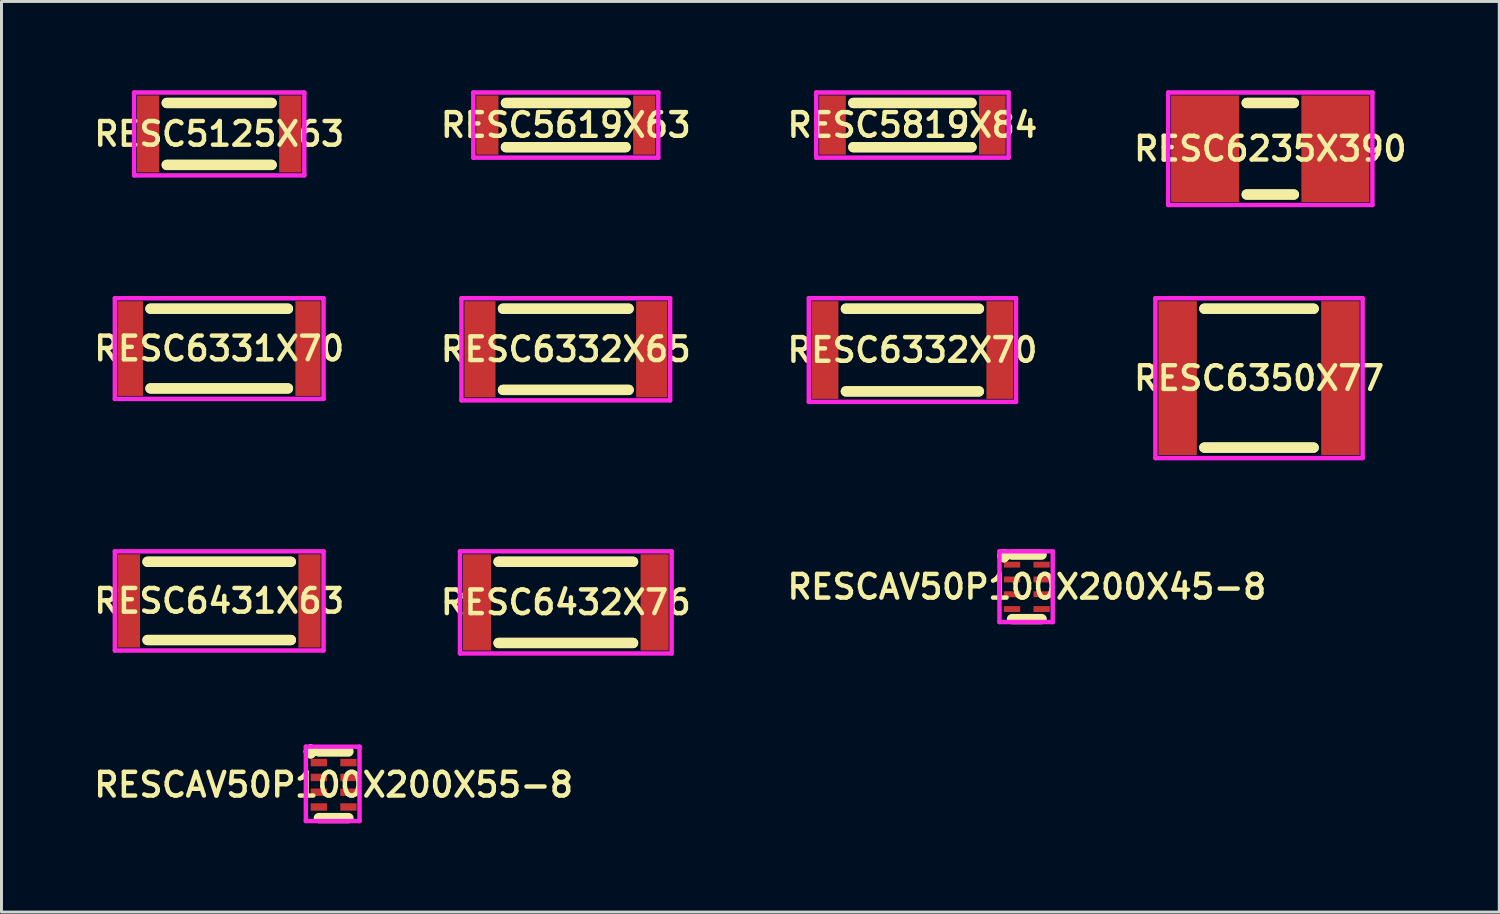
<source format=kicad_pcb>
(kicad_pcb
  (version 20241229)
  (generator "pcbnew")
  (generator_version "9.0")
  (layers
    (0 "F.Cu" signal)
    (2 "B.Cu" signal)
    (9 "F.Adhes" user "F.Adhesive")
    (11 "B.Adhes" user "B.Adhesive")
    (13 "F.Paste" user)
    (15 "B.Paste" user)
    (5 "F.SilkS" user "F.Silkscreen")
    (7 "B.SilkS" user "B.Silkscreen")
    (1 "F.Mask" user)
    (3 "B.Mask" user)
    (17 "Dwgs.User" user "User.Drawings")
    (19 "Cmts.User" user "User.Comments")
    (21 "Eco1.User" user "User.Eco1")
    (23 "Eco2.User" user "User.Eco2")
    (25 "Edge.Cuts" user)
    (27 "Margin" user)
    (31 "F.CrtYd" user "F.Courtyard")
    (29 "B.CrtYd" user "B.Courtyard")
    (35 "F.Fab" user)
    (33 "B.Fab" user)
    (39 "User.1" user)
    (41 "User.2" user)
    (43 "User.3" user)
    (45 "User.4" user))
  (footprint "RESC6332X65"
    (layer "F.Cu")
    (at 16.064 8.75)
    (property "Reference" "RESC6332X65" (at 0 0 0) (layer "F.SilkS") (effects (font (size 0.8 0.8) (thickness 0.15))))
    (attr through_hole)
    (fp_line (start -2.121 -1.371) (end 2.121 -1.371) (stroke (width 0.35) (type solid)) (layer "F.SilkS"))
    (fp_line (start -2.121 1.371) (end 2.121 1.371) (stroke (width 0.35) (type solid)) (layer "F.SilkS"))
    (fp_line (start 2.121 -1.371) (end -2.121 -1.371) (stroke (width 0.35) (type solid)) (layer "F.SilkS"))
    (fp_line (start 2.121 1.371) (end -2.121 1.371) (stroke (width 0.35) (type solid)) (layer "F.SilkS"))
    (fp_line (start -3.525 -1.725) (end 3.525 -1.725) (stroke (width 0.15) (type solid)) (layer "F.CrtYd"))
    (fp_line (start -3.525 1.725) (end -3.525 -1.725) (stroke (width 0.15) (type solid)) (layer "F.CrtYd"))
    (fp_line (start 3.525 -1.725) (end 3.525 1.725) (stroke (width 0.15) (type solid)) (layer "F.CrtYd"))
    (fp_line (start 3.525 1.725) (end -3.525 1.725) (stroke (width 0.15) (type solid)) (layer "F.CrtYd"))
    (pad "1" smd rect (at -2.9 0) (size 1.05 3.25) (layers "F.Cu" "F.Mask" "F.Paste"))
    (pad "2" smd rect (at 2.9 0) (size 1.05 3.25) (layers "F.Cu" "F.Mask" "F.Paste")))
  (footprint "RESC6332X70"
    (layer "F.Cu")
    (at 27.773 8.775)
    (property "Reference" "RESC6332X70" (at 0 0 0) (layer "F.SilkS") (effects (font (size 0.8 0.8) (thickness 0.15))))
    (attr through_hole)
    (fp_line (start -2.246 -1.396) (end 2.246 -1.396) (stroke (width 0.35) (type solid)) (layer "F.SilkS"))
    (fp_line (start -2.246 1.396) (end 2.246 1.396) (stroke (width 0.35) (type solid)) (layer "F.SilkS"))
    (fp_line (start 2.246 -1.396) (end -2.246 -1.396) (stroke (width 0.35) (type solid)) (layer "F.SilkS"))
    (fp_line (start 2.246 1.396) (end -2.246 1.396) (stroke (width 0.35) (type solid)) (layer "F.SilkS"))
    (fp_line (start -3.5 -1.75) (end 3.5 -1.75) (stroke (width 0.15) (type solid)) (layer "F.CrtYd"))
    (fp_line (start -3.5 1.75) (end -3.5 -1.75) (stroke (width 0.15) (type solid)) (layer "F.CrtYd"))
    (fp_line (start 3.5 -1.75) (end 3.5 1.75) (stroke (width 0.15) (type solid)) (layer "F.CrtYd"))
    (fp_line (start 3.5 1.75) (end -3.5 1.75) (stroke (width 0.15) (type solid)) (layer "F.CrtYd"))
    (pad "1" smd rect (at -2.95 0) (size 0.9 3.3) (layers "F.Cu" "F.Mask" "F.Paste"))
    (pad "2" smd rect (at 2.95 0) (size 0.9 3.3) (layers "F.Cu" "F.Mask" "F.Paste")))
  (footprint "RESC5619X63"
    (layer "F.Cu")
    (at 16.064 1.175)
    (property "Reference" "RESC5619X63" (at 0 0 0) (layer "F.SilkS") (effects (font (size 0.8 0.8) (thickness 0.15))))
    (attr smd)
    (fp_line (start -2.021 -0.746) (end 2.021 -0.746) (stroke (width 0.35) (type solid)) (layer "F.SilkS"))
    (fp_line (start -2.021 0.746) (end 2.021 0.746) (stroke (width 0.35) (type solid)) (layer "F.SilkS"))
    (fp_line (start 2.021 -0.746) (end -2.021 -0.746) (stroke (width 0.35) (type solid)) (layer "F.SilkS"))
    (fp_line (start 2.021 0.746) (end -2.021 0.746) (stroke (width 0.35) (type solid)) (layer "F.SilkS"))
    (fp_line (start -3.125 -1.1) (end 3.125 -1.1) (stroke (width 0.15) (type solid)) (layer "F.CrtYd"))
    (fp_line (start -3.125 1.1) (end -3.125 -1.1) (stroke (width 0.15) (type solid)) (layer "F.CrtYd"))
    (fp_line (start 3.125 -1.1) (end 3.125 1.1) (stroke (width 0.15) (type solid)) (layer "F.CrtYd"))
    (fp_line (start 3.125 1.1) (end -3.125 1.1) (stroke (width 0.15) (type solid)) (layer "F.CrtYd"))
    (pad "1" smd rect (at -2.65 0) (size 0.75 2) (layers "F.Cu" "F.Mask" "F.Paste"))
    (pad "2" smd rect (at 2.65 0) (size 0.75 2) (layers "F.Cu" "F.Mask" "F.Paste")))
  (footprint "RESC5125X63"
    (layer "F.Cu")
    (at 4.355 1.475)
    (property "Reference" "RESC5125X63" (at 0 0 0) (layer "F.SilkS") (effects (font (size 0.8 0.8) (thickness 0.15))))
    (attr through_hole)
    (fp_line (start -1.771 -1.046) (end 1.771 -1.046) (stroke (width 0.35) (type solid)) (layer "F.SilkS"))
    (fp_line (start -1.771 1.046) (end 1.771 1.046) (stroke (width 0.35) (type solid)) (layer "F.SilkS"))
    (fp_line (start 1.771 -1.046) (end -1.771 -1.046) (stroke (width 0.35) (type solid)) (layer "F.SilkS"))
    (fp_line (start 1.771 1.046) (end -1.771 1.046) (stroke (width 0.35) (type solid)) (layer "F.SilkS"))
    (fp_line (start -2.875 -1.4) (end 2.875 -1.4) (stroke (width 0.15) (type solid)) (layer "F.CrtYd"))
    (fp_line (start -2.875 1.4) (end -2.875 -1.4) (stroke (width 0.15) (type solid)) (layer "F.CrtYd"))
    (fp_line (start 2.875 -1.4) (end 2.875 1.4) (stroke (width 0.15) (type solid)) (layer "F.CrtYd"))
    (fp_line (start 2.875 1.4) (end -2.875 1.4) (stroke (width 0.15) (type solid)) (layer "F.CrtYd"))
    (pad "1" smd rect (at -2.4 0) (size 0.75 2.6) (layers "F.Cu" "F.Mask" "F.Paste"))
    (pad "2" smd rect (at 2.4 0) (size 0.75 2.6) (layers "F.Cu" "F.Mask" "F.Paste")))
  (footprint "RESCAV50P100X200X55-8"
    (layer "F.Cu")
    (at 8.221 23.462)
    (property "Reference" "RESCAV50P100X200X55-8" (at 0 0 0) (layer "F.SilkS") (effects (font (size 0.8 0.8) (thickness 0.15))))
    (attr smd)
    (fp_line (start -0.838 -1.125) (end -0.775 -1.188) (stroke (width 0.35) (type solid)) (layer "F.SilkS"))
    (fp_line (start -0.775 -1.188) (end -0.713 -1.125) (stroke (width 0.35) (type solid)) (layer "F.SilkS"))
    (fp_line (start -0.775 -1.062) (end -0.838 -1.125) (stroke (width 0.35) (type solid)) (layer "F.SilkS"))
    (fp_line (start -0.713 -1.125) (end -0.775 -1.062) (stroke (width 0.35) (type solid)) (layer "F.SilkS"))
    (fp_line (start -0.5 -1.125) (end 0.5 -1.125) (stroke (width 0.35) (type solid)) (layer "F.SilkS"))
    (fp_line (start -0.5 1.125) (end 0.5 1.125) (stroke (width 0.35) (type solid)) (layer "F.SilkS"))
    (fp_line (start -0.938 -1.288) (end 0.875 -1.288) (stroke (width 0.15) (type solid)) (layer "F.CrtYd"))
    (fp_line (start -0.938 1.225) (end -0.938 -1.288) (stroke (width 0.15) (type solid)) (layer "F.CrtYd"))
    (fp_line (start 0.875 -1.288) (end 0.875 1.225) (stroke (width 0.15) (type solid)) (layer "F.CrtYd"))
    (fp_line (start 0.875 1.225) (end -0.938 1.225) (stroke (width 0.15) (type solid)) (layer "F.CrtYd"))
    (pad "1" smd rect (at -0.5 -0.75) (size 0.55 0.25) (layers "F.Cu" "F.Mask" "F.Paste"))
    (pad "2" smd rect (at -0.5 -0.25) (size 0.55 0.25) (layers "F.Cu" "F.Mask" "F.Paste"))
    (pad "3" smd rect (at -0.5 0.25) (size 0.55 0.25) (layers "F.Cu" "F.Mask" "F.Paste"))
    (pad "4" smd rect (at -0.5 0.75) (size 0.55 0.25) (layers "F.Cu" "F.Mask" "F.Paste"))
    (pad "5" smd rect (at 0.5 0.75) (size 0.55 0.25) (layers "F.Cu" "F.Mask" "F.Paste"))
    (pad "6" smd rect (at 0.5 0.25) (size 0.55 0.25) (layers "F.Cu" "F.Mask" "F.Paste"))
    (pad "7" smd rect (at 0.5 -0.25) (size 0.55 0.25) (layers "F.Cu" "F.Mask" "F.Paste"))
    (pad "8" smd rect (at 0.5 -0.75) (size 0.55 0.25) (layers "F.Cu" "F.Mask" "F.Paste")))
  (footprint "RESC6235X390"
    (layer "F.Cu")
    (at 39.863 1.975)
    (property "Reference" "RESC6235X390" (at 0 0 0) (layer "F.SilkS") (effects (font (size 0.8 0.8) (thickness 0.15))))
    (attr through_hole)
    (fp_line (start -0.796 -1.546) (end 0.796 -1.546) (stroke (width 0.35) (type solid)) (layer "F.SilkS"))
    (fp_line (start -0.796 1.546) (end 0.796 1.546) (stroke (width 0.35) (type solid)) (layer "F.SilkS"))
    (fp_line (start 0.796 -1.546) (end -0.796 -1.546) (stroke (width 0.35) (type solid)) (layer "F.SilkS"))
    (fp_line (start 0.796 1.546) (end -0.796 1.546) (stroke (width 0.35) (type solid)) (layer "F.SilkS"))
    (fp_line (start -3.45 -1.9) (end 3.45 -1.9) (stroke (width 0.15) (type solid)) (layer "F.CrtYd"))
    (fp_line (start -3.45 1.9) (end -3.45 -1.9) (stroke (width 0.15) (type solid)) (layer "F.CrtYd"))
    (fp_line (start 3.45 -1.9) (end 3.45 1.9) (stroke (width 0.15) (type solid)) (layer "F.CrtYd"))
    (fp_line (start 3.45 1.9) (end -3.45 1.9) (stroke (width 0.15) (type solid)) (layer "F.CrtYd"))
    (pad "1" smd rect (at -2.2 0) (size 2.3 3.6) (layers "F.Cu" "F.Mask" "F.Paste"))
    (pad "2" smd rect (at 2.2 0) (size 2.3 3.6) (layers "F.Cu" "F.Mask" "F.Paste")))
  (footprint "RESC6431X63"
    (layer "F.Cu")
    (at 4.355 17.25)
    (property "Reference" "RESC6431X63" (at 0 0 0) (layer "F.SilkS") (effects (font (size 0.8 0.8) (thickness 0.15))))
    (attr through_hole)
    (fp_line (start -2.421 -1.321) (end 2.421 -1.321) (stroke (width 0.35) (type solid)) (layer "F.SilkS"))
    (fp_line (start -2.421 1.321) (end 2.421 1.321) (stroke (width 0.35) (type solid)) (layer "F.SilkS"))
    (fp_line (start 2.421 -1.321) (end -2.421 -1.321) (stroke (width 0.35) (type solid)) (layer "F.SilkS"))
    (fp_line (start 2.421 1.321) (end -2.421 1.321) (stroke (width 0.35) (type solid)) (layer "F.SilkS"))
    (fp_line (start -3.525 -1.675) (end 3.525 -1.675) (stroke (width 0.15) (type solid)) (layer "F.CrtYd"))
    (fp_line (start -3.525 1.675) (end -3.525 -1.675) (stroke (width 0.15) (type solid)) (layer "F.CrtYd"))
    (fp_line (start 3.525 -1.675) (end 3.525 1.675) (stroke (width 0.15) (type solid)) (layer "F.CrtYd"))
    (fp_line (start 3.525 1.675) (end -3.525 1.675) (stroke (width 0.15) (type solid)) (layer "F.CrtYd"))
    (pad "1" smd rect (at -3.05 0) (size 0.75 3.15) (layers "F.Cu" "F.Mask" "F.Paste"))
    (pad "2" smd rect (at 3.05 0) (size 0.75 3.15) (layers "F.Cu" "F.Mask" "F.Paste")))
  (footprint "RESCAV50P100X200X45-8"
    (layer "F.Cu")
    (at 31.639 16.775)
    (property "Reference" "RESCAV50P100X200X45-8" (at 0 0 0) (layer "F.SilkS") (effects (font (size 0.8 0.8) (thickness 0.15))))
    (attr smd)
    (fp_line (start -0.825 -1.05) (end -0.775 -1.1) (stroke (width 0.35) (type solid)) (layer "F.SilkS"))
    (fp_line (start -0.775 -1.1) (end -0.725 -1.05) (stroke (width 0.35) (type solid)) (layer "F.SilkS"))
    (fp_line (start -0.775 -1) (end -0.825 -1.05) (stroke (width 0.35) (type solid)) (layer "F.SilkS"))
    (fp_line (start -0.725 -1.05) (end -0.775 -1) (stroke (width 0.35) (type solid)) (layer "F.SilkS"))
    (fp_line (start -0.5 -1.089) (end 0.5 -1.089) (stroke (width 0.35) (type solid)) (layer "F.SilkS"))
    (fp_line (start -0.5 1.089) (end 0.5 1.089) (stroke (width 0.35) (type solid)) (layer "F.SilkS"))
    (fp_line (start -0.925 -1.2) (end 0.875 -1.2) (stroke (width 0.15) (type solid)) (layer "F.CrtYd"))
    (fp_line (start -0.925 1.189) (end -0.925 -1.2) (stroke (width 0.15) (type solid)) (layer "F.CrtYd"))
    (fp_line (start 0.875 -1.2) (end 0.875 1.189) (stroke (width 0.15) (type solid)) (layer "F.CrtYd"))
    (fp_line (start 0.875 1.189) (end -0.925 1.189) (stroke (width 0.15) (type solid)) (layer "F.CrtYd"))
    (pad "1" smd rect (at -0.5 -0.75) (size 0.55 0.2) (layers "F.Cu" "F.Mask" "F.Paste"))
    (pad "2" smd rect (at -0.5 -0.25) (size 0.55 0.2) (layers "F.Cu" "F.Mask" "F.Paste"))
    (pad "3" smd rect (at -0.5 0.25) (size 0.55 0.2) (layers "F.Cu" "F.Mask" "F.Paste"))
    (pad "4" smd rect (at -0.5 0.75) (size 0.55 0.2) (layers "F.Cu" "F.Mask" "F.Paste"))
    (pad "5" smd rect (at 0.5 0.75) (size 0.55 0.2) (layers "F.Cu" "F.Mask" "F.Paste"))
    (pad "6" smd rect (at 0.5 0.25) (size 0.55 0.2) (layers "F.Cu" "F.Mask" "F.Paste"))
    (pad "7" smd rect (at 0.5 -0.25) (size 0.55 0.2) (layers "F.Cu" "F.Mask" "F.Paste"))
    (pad "8" smd rect (at 0.5 -0.75) (size 0.55 0.2) (layers "F.Cu" "F.Mask" "F.Paste")))
  (footprint "RESC6350X77"
    (layer "F.Cu")
    (at 39.482 9.725)
    (property "Reference" "RESC6350X77" (at 0 0 0) (layer "F.SilkS") (effects (font (size 0.8 0.8) (thickness 0.15))))
    (attr smd)
    (fp_line (start -1.846 -2.346) (end 1.846 -2.346) (stroke (width 0.35) (type solid)) (layer "F.SilkS"))
    (fp_line (start -1.846 2.346) (end 1.846 2.346) (stroke (width 0.35) (type solid)) (layer "F.SilkS"))
    (fp_line (start 1.846 -2.346) (end -1.846 -2.346) (stroke (width 0.35) (type solid)) (layer "F.SilkS"))
    (fp_line (start 1.846 2.346) (end -1.846 2.346) (stroke (width 0.35) (type solid)) (layer "F.SilkS"))
    (fp_line (start -3.5 -2.7) (end 3.5 -2.7) (stroke (width 0.15) (type solid)) (layer "F.CrtYd"))
    (fp_line (start -3.5 2.7) (end -3.5 -2.7) (stroke (width 0.15) (type solid)) (layer "F.CrtYd"))
    (fp_line (start 3.5 -2.7) (end 3.5 2.7) (stroke (width 0.15) (type solid)) (layer "F.CrtYd"))
    (fp_line (start 3.5 2.7) (end -3.5 2.7) (stroke (width 0.15) (type solid)) (layer "F.CrtYd"))
    (pad "1" smd rect (at -2.75 0) (size 1.3 5.2) (layers "F.Cu" "F.Mask" "F.Paste"))
    (pad "2" smd rect (at 2.75 0) (size 1.3 5.2) (layers "F.Cu" "F.Mask" "F.Paste")))
  (footprint "RESC6432X76"
    (layer "F.Cu")
    (at 16.064 17.3)
    (property "Reference" "RESC6432X76" (at 0 0 0) (layer "F.SilkS") (effects (font (size 0.8 0.8) (thickness 0.15))))
    (attr through_hole)
    (fp_line (start -2.271 -1.371) (end 2.271 -1.371) (stroke (width 0.35) (type solid)) (layer "F.SilkS"))
    (fp_line (start -2.271 1.371) (end 2.271 1.371) (stroke (width 0.35) (type solid)) (layer "F.SilkS"))
    (fp_line (start 2.271 -1.371) (end -2.271 -1.371) (stroke (width 0.35) (type solid)) (layer "F.SilkS"))
    (fp_line (start 2.271 1.371) (end -2.271 1.371) (stroke (width 0.35) (type solid)) (layer "F.SilkS"))
    (fp_line (start -3.575 -1.725) (end 3.575 -1.725) (stroke (width 0.15) (type solid)) (layer "F.CrtYd"))
    (fp_line (start -3.575 1.725) (end -3.575 -1.725) (stroke (width 0.15) (type solid)) (layer "F.CrtYd"))
    (fp_line (start 3.575 -1.725) (end 3.575 1.725) (stroke (width 0.15) (type solid)) (layer "F.CrtYd"))
    (fp_line (start 3.575 1.725) (end -3.575 1.725) (stroke (width 0.15) (type solid)) (layer "F.CrtYd"))
    (pad "1" smd rect (at -3 0) (size 0.95 3.25) (layers "F.Cu" "F.Mask" "F.Paste"))
    (pad "2" smd rect (at 3 0) (size 0.95 3.25) (layers "F.Cu" "F.Mask" "F.Paste")))
  (footprint "RESC6331X70"
    (layer "F.Cu")
    (at 4.355 8.725)
    (property "Reference" "RESC6331X70" (at 0 0 0) (layer "F.SilkS") (effects (font (size 0.8 0.8) (thickness 0.15))))
    (attr through_hole)
    (fp_line (start -2.321 -1.346) (end 2.321 -1.346) (stroke (width 0.35) (type solid)) (layer "F.SilkS"))
    (fp_line (start -2.321 1.346) (end 2.321 1.346) (stroke (width 0.35) (type solid)) (layer "F.SilkS"))
    (fp_line (start 2.321 -1.346) (end -2.321 -1.346) (stroke (width 0.35) (type solid)) (layer "F.SilkS"))
    (fp_line (start 2.321 1.346) (end -2.321 1.346) (stroke (width 0.35) (type solid)) (layer "F.SilkS"))
    (fp_line (start -3.525 -1.7) (end 3.525 -1.7) (stroke (width 0.15) (type solid)) (layer "F.CrtYd"))
    (fp_line (start -3.525 1.7) (end -3.525 -1.7) (stroke (width 0.15) (type solid)) (layer "F.CrtYd"))
    (fp_line (start 3.525 -1.7) (end 3.525 1.7) (stroke (width 0.15) (type solid)) (layer "F.CrtYd"))
    (fp_line (start 3.525 1.7) (end -3.525 1.7) (stroke (width 0.15) (type solid)) (layer "F.CrtYd"))
    (pad "1" smd rect (at -3 0) (size 0.85 3.2) (layers "F.Cu" "F.Mask" "F.Paste"))
    (pad "2" smd rect (at 3 0) (size 0.85 3.2) (layers "F.Cu" "F.Mask" "F.Paste")))
  (footprint "RESC5819X84"
    (layer "F.Cu")
    (at 27.773 1.175)
    (property "Reference" "RESC5819X84" (at 0 0 0) (layer "F.SilkS") (effects (font (size 0.8 0.8) (thickness 0.15))))
    (attr through_hole)
    (fp_line (start -1.996 -0.746) (end 1.996 -0.746) (stroke (width 0.35) (type solid)) (layer "F.SilkS"))
    (fp_line (start -1.996 0.746) (end 1.996 0.746) (stroke (width 0.35) (type solid)) (layer "F.SilkS"))
    (fp_line (start 1.996 -0.746) (end -1.996 -0.746) (stroke (width 0.35) (type solid)) (layer "F.SilkS"))
    (fp_line (start 1.996 0.746) (end -1.996 0.746) (stroke (width 0.35) (type solid)) (layer "F.SilkS"))
    (fp_line (start -3.25 -1.1) (end 3.25 -1.1) (stroke (width 0.15) (type solid)) (layer "F.CrtYd"))
    (fp_line (start -3.25 1.1) (end -3.25 -1.1) (stroke (width 0.15) (type solid)) (layer "F.CrtYd"))
    (fp_line (start 3.25 -1.1) (end 3.25 1.1) (stroke (width 0.15) (type solid)) (layer "F.CrtYd"))
    (fp_line (start 3.25 1.1) (end -3.25 1.1) (stroke (width 0.15) (type solid)) (layer "F.CrtYd"))
    (pad "1" smd rect (at -2.7 0) (size 0.9 2) (layers "F.Cu" "F.Mask" "F.Paste"))
    (pad "2" smd rect (at 2.7 0) (size 0.9 2) (layers "F.Cu" "F.Mask" "F.Paste")))
  (gr_rect
    (start -3 -3)
    (end 47.598 27.762)
    (stroke (width 0.1) (type default))
    (fill no)
    (layer "Edge.Cuts")))
</source>
